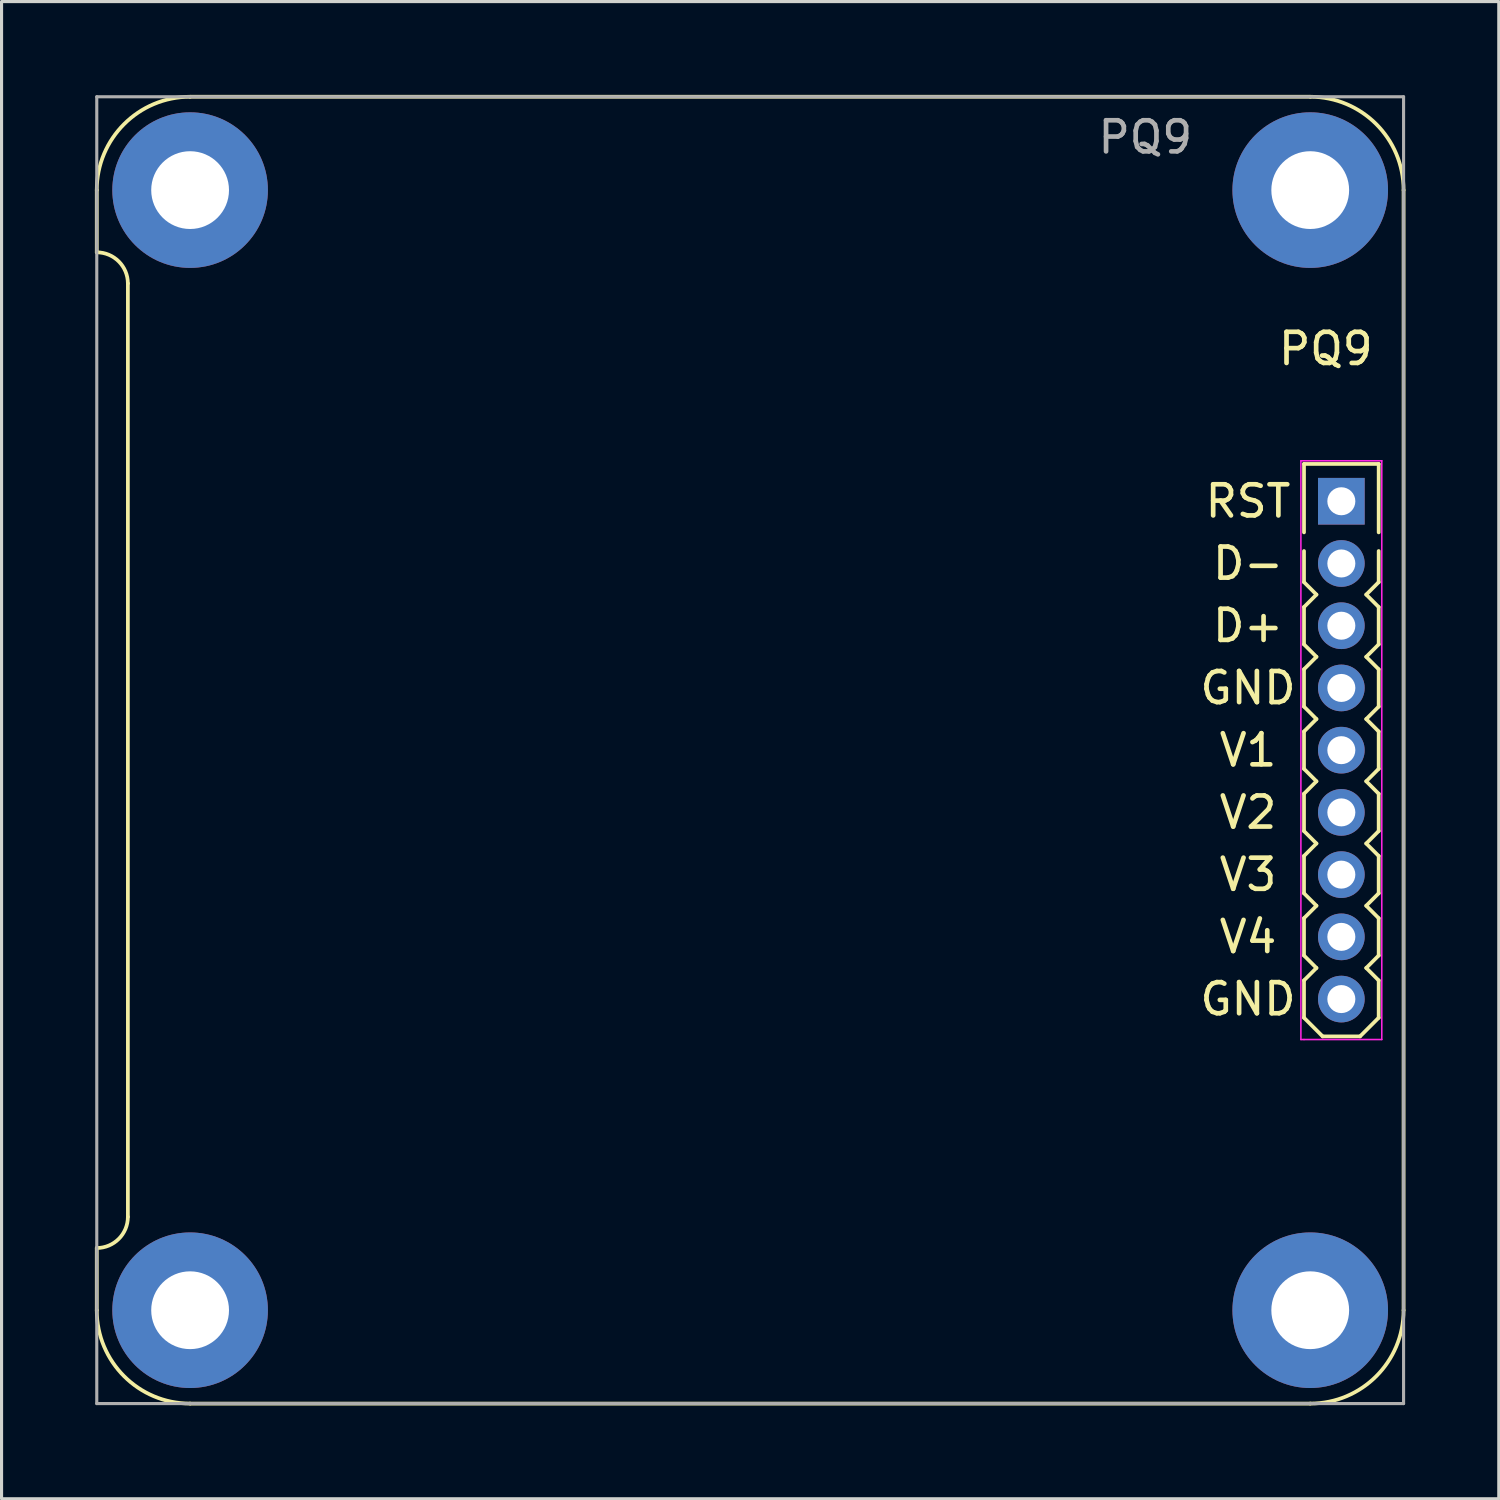
<source format=kicad_pcb>
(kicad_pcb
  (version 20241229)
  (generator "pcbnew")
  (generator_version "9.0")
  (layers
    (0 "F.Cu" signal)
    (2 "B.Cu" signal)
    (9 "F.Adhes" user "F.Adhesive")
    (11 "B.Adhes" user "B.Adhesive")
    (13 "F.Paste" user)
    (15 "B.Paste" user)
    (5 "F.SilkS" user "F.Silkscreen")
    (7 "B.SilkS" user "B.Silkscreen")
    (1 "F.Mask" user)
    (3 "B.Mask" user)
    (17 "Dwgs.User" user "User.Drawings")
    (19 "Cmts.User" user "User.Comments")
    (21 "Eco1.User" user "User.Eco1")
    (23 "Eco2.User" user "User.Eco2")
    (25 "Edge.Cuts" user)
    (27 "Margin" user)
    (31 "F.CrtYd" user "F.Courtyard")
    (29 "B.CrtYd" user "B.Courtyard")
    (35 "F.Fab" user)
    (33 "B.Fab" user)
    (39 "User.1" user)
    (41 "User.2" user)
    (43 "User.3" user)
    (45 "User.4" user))
  (footprint "PQ9"
    (layer "F.Cu")
    (at 40.06 13.06)
    (property "Reference" "PQ9" (at -0.5 -4.9 0) (layer "F.SilkS") (effects (font (size 1 1) (thickness 0.15))))
    (attr through_hole)
    (fp_line (start -40 -10) (end -40 -8) (stroke (width 0.12) (type solid)) (layer "F.SilkS"))
    (fp_line (start -40 26) (end -40 24) (stroke (width 0.12) (type solid)) (layer "F.SilkS"))
    (fp_line (start -39 -7) (end -39 23) (stroke (width 0.12) (type solid)) (layer "F.SilkS"))
    (fp_line (start -1.2 -1.2) (end -1.2 1) (stroke (width 0.12) (type solid)) (layer "F.SilkS"))
    (fp_line (start -1.2 1.6) (end -1.2 2.6) (stroke (width 0.12) (type solid)) (layer "F.SilkS"))
    (fp_line (start -1.2 3.4) (end -1.2 4.6) (stroke (width 0.12) (type solid)) (layer "F.SilkS"))
    (fp_line (start -1.2 3.4) (end -0.8 3) (stroke (width 0.12) (type solid)) (layer "F.SilkS"))
    (fp_line (start -1.2 4.6) (end -0.8 5) (stroke (width 0.12) (type solid)) (layer "F.SilkS"))
    (fp_line (start -1.2 5.4) (end -1.2 6.6) (stroke (width 0.12) (type solid)) (layer "F.SilkS"))
    (fp_line (start -1.2 6.6) (end -0.8 7) (stroke (width 0.12) (type solid)) (layer "F.SilkS"))
    (fp_line (start -1.2 7.4) (end -1.2 8.6) (stroke (width 0.12) (type solid)) (layer "F.SilkS"))
    (fp_line (start -1.2 8.6) (end -0.8 9) (stroke (width 0.12) (type solid)) (layer "F.SilkS"))
    (fp_line (start -1.2 9.4) (end -1.2 10.6) (stroke (width 0.12) (type solid)) (layer "F.SilkS"))
    (fp_line (start -1.2 10.6) (end -0.8 11) (stroke (width 0.12) (type solid)) (layer "F.SilkS"))
    (fp_line (start -1.2 11.4) (end -1.2 12.6) (stroke (width 0.12) (type solid)) (layer "F.SilkS"))
    (fp_line (start -1.2 12.6) (end -0.8 13) (stroke (width 0.12) (type solid)) (layer "F.SilkS"))
    (fp_line (start -1.2 13.4) (end -1.2 14.6) (stroke (width 0.12) (type solid)) (layer "F.SilkS"))
    (fp_line (start -1.2 14.6) (end -0.8 15) (stroke (width 0.12) (type solid)) (layer "F.SilkS"))
    (fp_line (start -1.2 15.4) (end -1.2 16.6) (stroke (width 0.12) (type solid)) (layer "F.SilkS"))
    (fp_line (start -1.2 16.6) (end -0.6 17.2) (stroke (width 0.12) (type solid)) (layer "F.SilkS"))
    (fp_line (start -1 -13) (end -37 -13) (stroke (width 0.12) (type solid)) (layer "F.SilkS"))
    (fp_line (start -1 29) (end -37 29) (stroke (width 0.12) (type solid)) (layer "F.SilkS"))
    (fp_line (start -0.8 3) (end -1.2 2.6) (stroke (width 0.12) (type solid)) (layer "F.SilkS"))
    (fp_line (start -0.8 5) (end -1.2 5.4) (stroke (width 0.12) (type solid)) (layer "F.SilkS"))
    (fp_line (start -0.8 7) (end -1.2 7.4) (stroke (width 0.12) (type solid)) (layer "F.SilkS"))
    (fp_line (start -0.8 9) (end -1.2 9.4) (stroke (width 0.12) (type solid)) (layer "F.SilkS"))
    (fp_line (start -0.8 11) (end -1.2 11.4) (stroke (width 0.12) (type solid)) (layer "F.SilkS"))
    (fp_line (start -0.8 13) (end -1.2 13.4) (stroke (width 0.12) (type solid)) (layer "F.SilkS"))
    (fp_line (start -0.8 15) (end -1.2 15.4) (stroke (width 0.12) (type solid)) (layer "F.SilkS"))
    (fp_line (start -0.6 17.2) (end 0.6 17.2) (stroke (width 0.12) (type solid)) (layer "F.SilkS"))
    (fp_line (start 0.8 3) (end 1.2 3.4) (stroke (width 0.12) (type solid)) (layer "F.SilkS"))
    (fp_line (start 0.8 5) (end 1.2 5.4) (stroke (width 0.12) (type solid)) (layer "F.SilkS"))
    (fp_line (start 0.8 7) (end 1.2 7.4) (stroke (width 0.12) (type solid)) (layer "F.SilkS"))
    (fp_line (start 0.8 9) (end 1.2 9.4) (stroke (width 0.12) (type solid)) (layer "F.SilkS"))
    (fp_line (start 0.8 11) (end 1.2 11.4) (stroke (width 0.12) (type solid)) (layer "F.SilkS"))
    (fp_line (start 0.8 13) (end 1.2 13.4) (stroke (width 0.12) (type solid)) (layer "F.SilkS"))
    (fp_line (start 0.8 15) (end 1.2 15.4) (stroke (width 0.12) (type solid)) (layer "F.SilkS"))
    (fp_line (start 1.2 -1.2) (end -1.2 -1.2) (stroke (width 0.12) (type solid)) (layer "F.SilkS"))
    (fp_line (start 1.2 -1.2) (end 1.2 1) (stroke (width 0.12) (type solid)) (layer "F.SilkS"))
    (fp_line (start 1.2 2.6) (end 0.8 3) (stroke (width 0.12) (type solid)) (layer "F.SilkS"))
    (fp_line (start 1.2 2.6) (end 1.2 1.6) (stroke (width 0.12) (type solid)) (layer "F.SilkS"))
    (fp_line (start 1.2 3.4) (end 1.2 4.6) (stroke (width 0.12) (type solid)) (layer "F.SilkS"))
    (fp_line (start 1.2 4.6) (end 0.8 5) (stroke (width 0.12) (type solid)) (layer "F.SilkS"))
    (fp_line (start 1.2 5.4) (end 1.2 6.6) (stroke (width 0.12) (type solid)) (layer "F.SilkS"))
    (fp_line (start 1.2 6.6) (end 0.8 7) (stroke (width 0.12) (type solid)) (layer "F.SilkS"))
    (fp_line (start 1.2 7.4) (end 1.2 8.6) (stroke (width 0.12) (type solid)) (layer "F.SilkS"))
    (fp_line (start 1.2 8.6) (end 0.8 9) (stroke (width 0.12) (type solid)) (layer "F.SilkS"))
    (fp_line (start 1.2 9.4) (end 1.2 10.6) (stroke (width 0.12) (type solid)) (layer "F.SilkS"))
    (fp_line (start 1.2 10.6) (end 0.8 11) (stroke (width 0.12) (type solid)) (layer "F.SilkS"))
    (fp_line (start 1.2 11.4) (end 1.2 12.6) (stroke (width 0.12) (type solid)) (layer "F.SilkS"))
    (fp_line (start 1.2 12.6) (end 0.8 13) (stroke (width 0.12) (type solid)) (layer "F.SilkS"))
    (fp_line (start 1.2 13.4) (end 1.2 14.6) (stroke (width 0.12) (type solid)) (layer "F.SilkS"))
    (fp_line (start 1.2 14.6) (end 0.8 15) (stroke (width 0.12) (type solid)) (layer "F.SilkS"))
    (fp_line (start 1.2 15.4) (end 1.2 16.6) (stroke (width 0.12) (type solid)) (layer "F.SilkS"))
    (fp_line (start 1.2 16.6) (end 0.6 17.2) (stroke (width 0.12) (type solid)) (layer "F.SilkS"))
    (fp_line (start 2 -10) (end 2 26) (stroke (width 0.12) (type solid)) (layer "F.SilkS"))
    (fp_arc (start -40 -10) (mid -39.12132 -12.12132) (end -37 -13) (stroke (width 0.12) (type solid)) (layer "F.SilkS"))
    (fp_arc (start -40 -8) (mid -39.29351 -7.707723) (end -39.000002 -7.001745) (stroke (width 0.12) (type solid)) (layer "F.SilkS"))
    (fp_arc (start -39 23) (mid -39.292893 23.707107) (end -40 24) (stroke (width 0.12) (type solid)) (layer "F.SilkS"))
    (fp_arc (start -37 29) (mid -39.12132 28.12132) (end -40 26) (stroke (width 0.12) (type solid)) (layer "F.SilkS"))
    (fp_arc (start -1 -13) (mid 1.12132 -12.12132) (end 2 -10) (stroke (width 0.12) (type solid)) (layer "F.SilkS"))
    (fp_arc (start 2 26) (mid 1.12132 28.12132) (end -1 29) (stroke (width 0.12) (type solid)) (layer "F.SilkS"))
    (fp_line (start -1.3 -1.3) (end 1.3 -1.3) (stroke (width 0.05) (type solid)) (layer "F.CrtYd"))
    (fp_line (start -1.3 17.3) (end -1.3 -1.3) (stroke (width 0.05) (type solid)) (layer "F.CrtYd"))
    (fp_line (start -1.2 17.3) (end -1.3 17.3) (stroke (width 0.05) (type solid)) (layer "F.CrtYd"))
    (fp_line (start 1.3 -1.3) (end 1.3 17.3) (stroke (width 0.05) (type solid)) (layer "F.CrtYd"))
    (fp_line (start 1.3 17.3) (end -1.2 17.3) (stroke (width 0.05) (type solid)) (layer "F.CrtYd"))
    (fp_line (start -40 -13) (end -40 29) (stroke (width 0.1) (type solid)) (layer "F.Fab"))
    (fp_line (start -40 29) (end 2 29) (stroke (width 0.1) (type solid)) (layer "F.Fab"))
    (fp_line (start 2 -13) (end -40 -13) (stroke (width 0.1) (type solid)) (layer "F.Fab"))
    (fp_line (start 2 29) (end 2 -13) (stroke (width 0.1) (type solid)) (layer "F.Fab"))
    (fp_text user "V2" (at -3 10 0) (layer "F.SilkS") (effects (font (size 1 1) (thickness 0.15))))
    (fp_text user "D+" (at -3 4 0) (layer "F.SilkS") (effects (font (size 1 1) (thickness 0.15))))
    (fp_text user "GND" (at -3 6 0) (layer "F.SilkS") (effects (font (size 1 1) (thickness 0.15))))
    (fp_text user "D-" (at -3 2 0) (layer "F.SilkS") (effects (font (size 1 1) (thickness 0.15))))
    (fp_text user "V1" (at -3 8 0) (layer "F.SilkS") (effects (font (size 1 1) (thickness 0.15))))
    (fp_text user "RST" (at -3 0 0) (layer "F.SilkS") (effects (font (size 1 1) (thickness 0.15))))
    (fp_text user "V3" (at -3 12 0) (layer "F.SilkS") (effects (font (size 1 1) (thickness 0.15))))
    (fp_text user "V4" (at -3 14 0) (layer "F.SilkS") (effects (font (size 1 1) (thickness 0.15))))
    (fp_text user "GND" (at -3 16 0) (layer "F.SilkS") (effects (font (size 1 1) (thickness 0.15))))
    (fp_text user "${REFERENCE}" (at -6.3 -11.7 0) (layer "F.Fab") (effects (font (size 1 1) (thickness 0.15))))
    (pad "" np_thru_hole circle (at -37 -10 270) (size 5 5) (drill 2.5) (layers "*.Cu" "*.Mask"))
    (pad "" np_thru_hole circle (at -37 26 270) (size 5 5) (drill 2.5) (layers "*.Cu" "*.Mask"))
    (pad "" np_thru_hole circle (at -1 -10 270) (size 5 5) (drill 2.5) (layers "*.Cu" "*.Mask"))
    (pad "" np_thru_hole circle (at -1 26 270) (size 5 5) (drill 2.5) (layers "*.Cu" "*.Mask"))
    (pad "1" thru_hole rect (at 0 0 90) (size 1.5 1.5) (drill 0.9) (layers "*.Cu" "*.Mask"))
    (pad "2" thru_hole oval (at 0 2 270) (size 1.5 1.5) (drill 0.9) (layers "*.Cu" "*.Mask"))
    (pad "3" thru_hole oval (at 0 4 270) (size 1.5 1.5) (drill 0.9) (layers "*.Cu" "*.Mask"))
    (pad "4" thru_hole oval (at 0 6 270) (size 1.5 1.5) (drill 0.9) (layers "*.Cu" "*.Mask"))
    (pad "5" thru_hole oval (at 0 8 270) (size 1.5 1.5) (drill 0.9) (layers "*.Cu" "*.Mask"))
    (pad "6" thru_hole oval (at 0 10 270) (size 1.5 1.5) (drill 0.9) (layers "*.Cu" "*.Mask"))
    (pad "7" thru_hole oval (at 0 12 270) (size 1.5 1.5) (drill 0.9) (layers "*.Cu" "*.Mask"))
    (pad "8" thru_hole oval (at 0 14 270) (size 1.5 1.5) (drill 0.9) (layers "*.Cu" "*.Mask"))
    (pad "9" thru_hole oval (at 0 16 270) (size 1.5 1.5) (drill 0.9) (layers "*.Cu" "*.Mask")))
  (gr_rect
    (start -3 -3)
    (end 45.12 45.12)
    (stroke (width 0.1) (type default))
    (fill no)
    (layer "Edge.Cuts")))
</source>
